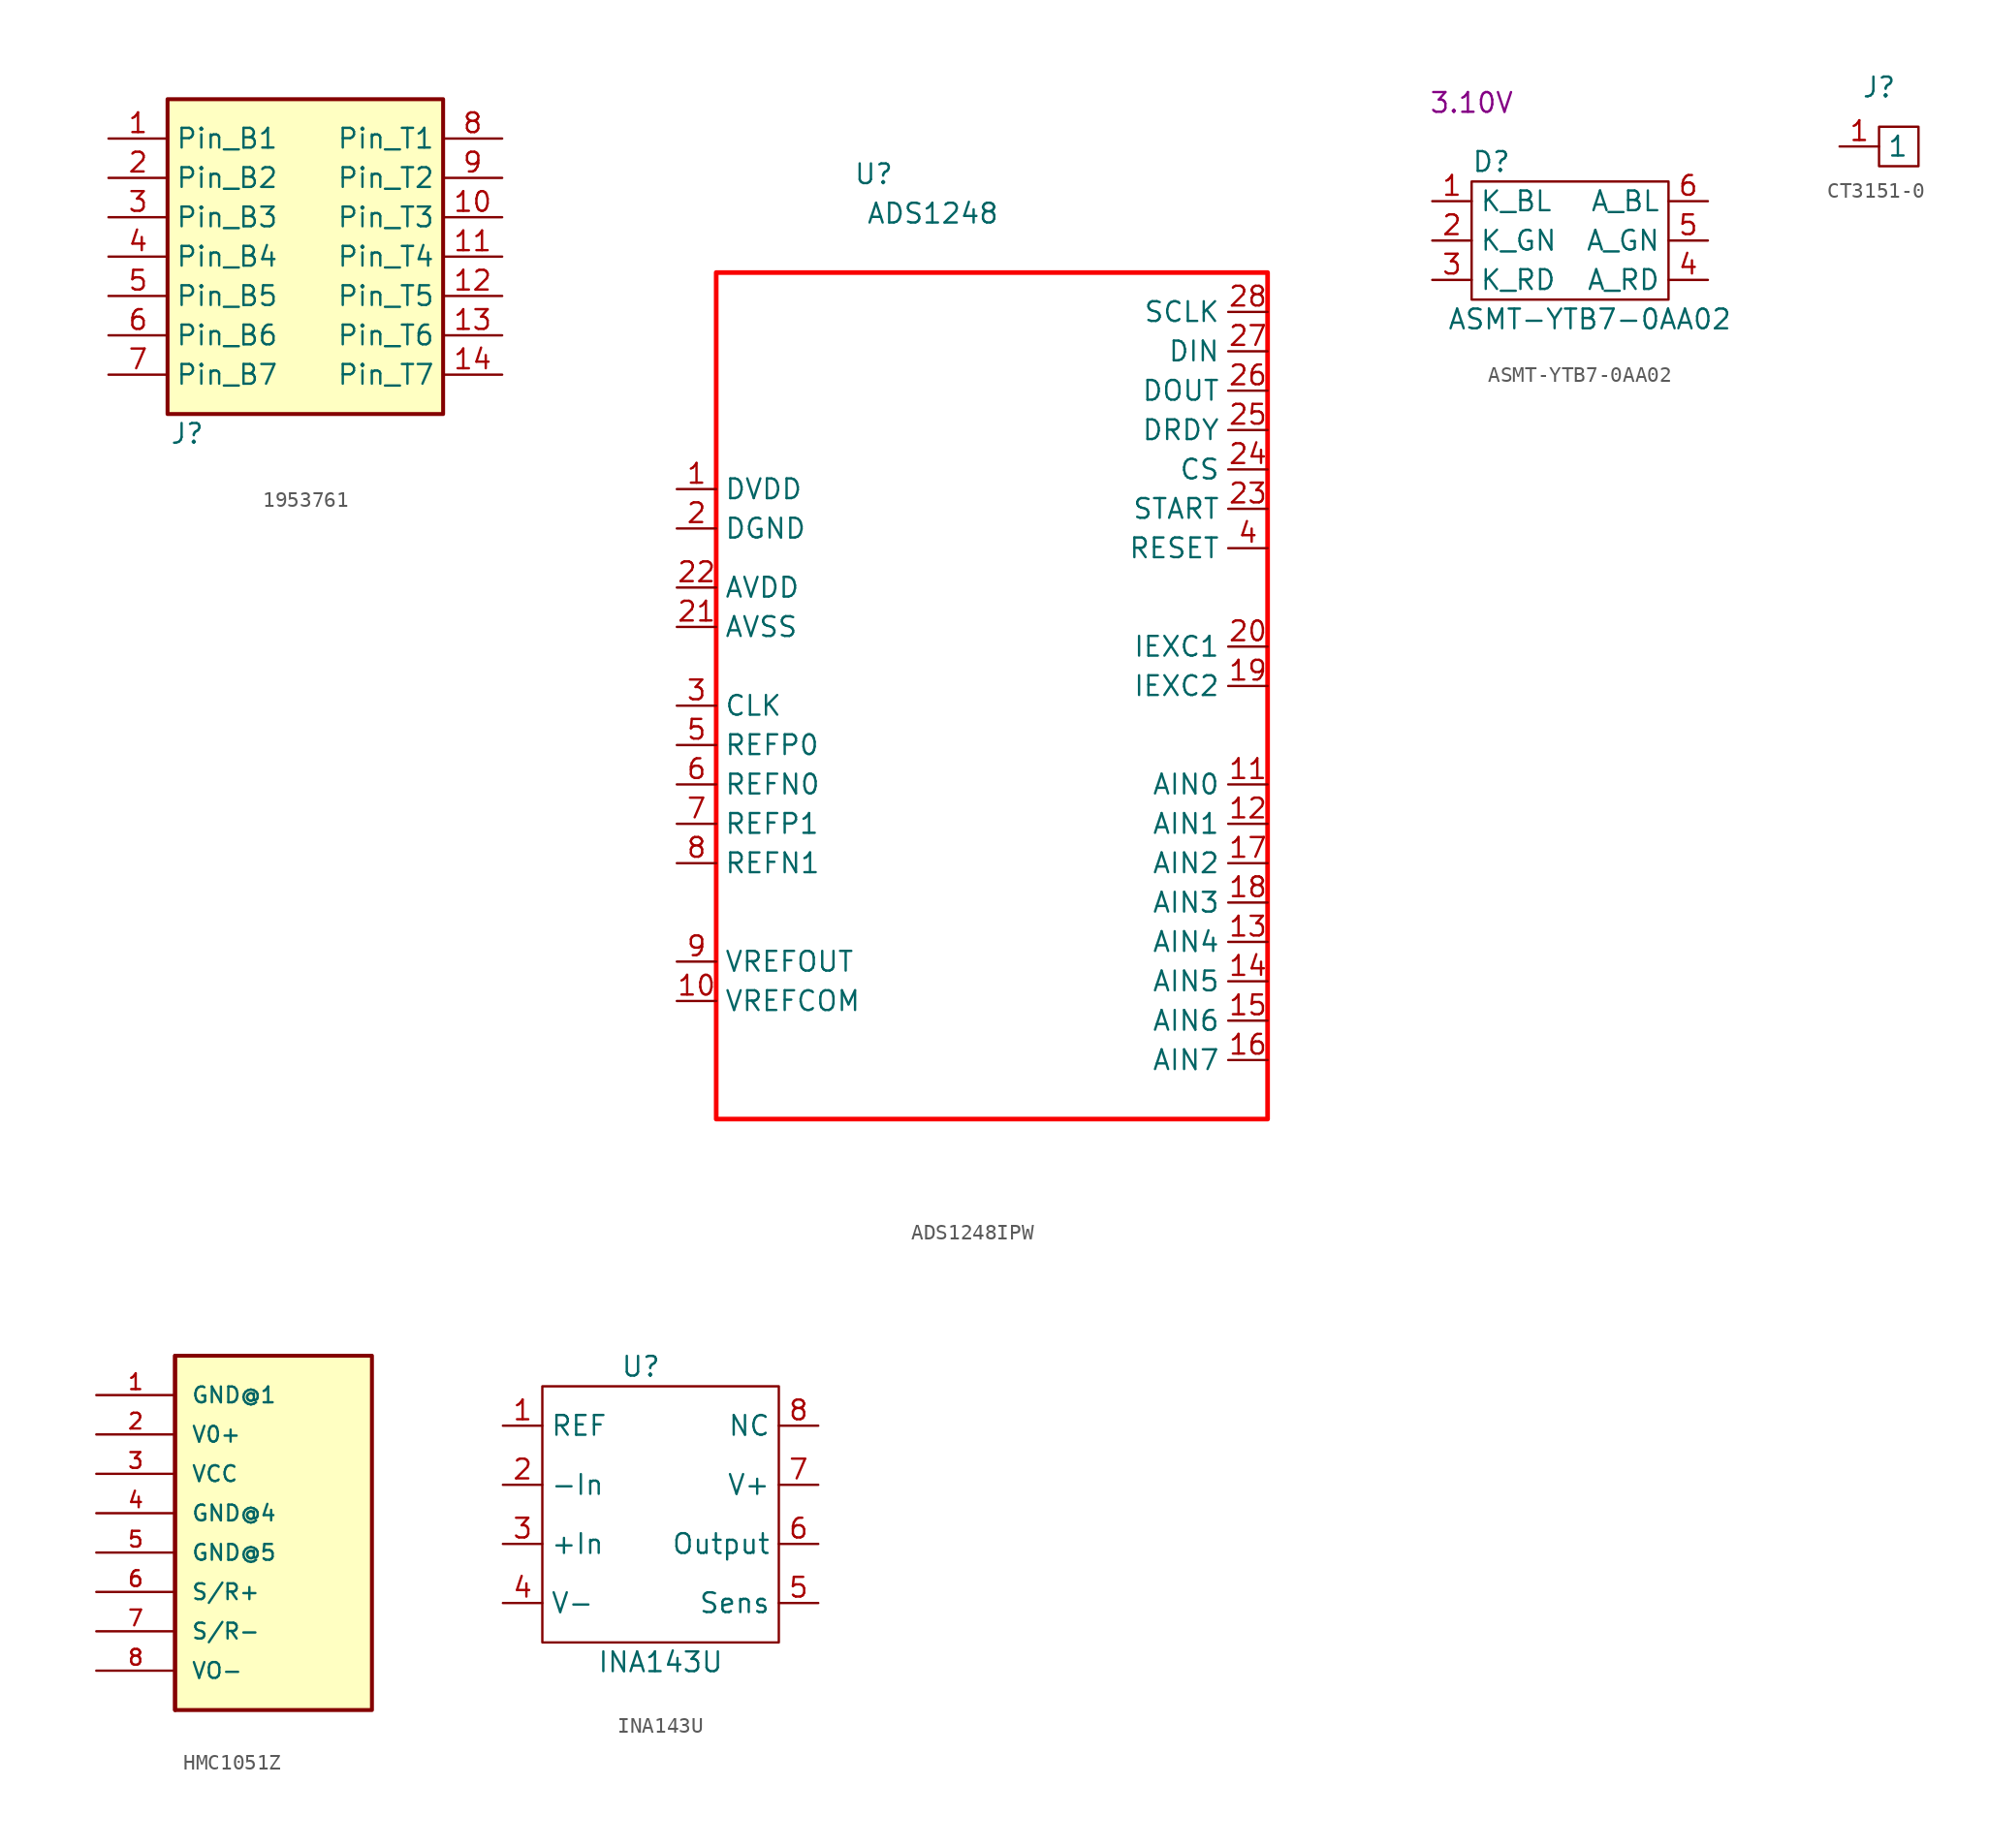
<source format=kicad_sym>
(kicad_symbol_lib
  (version 20220914)
  (generator kicad_symbol_editor)
  (symbol "1953761"
    (property "Reference" "J"
      (at 1.27 -19.05 0)
      (effects (font (size 1.27 1.27))))
    (property "Value" ""
      (at 0 0 0)
      (effects (font (size 1.27 1.27))))
    (symbol "1953761_1_1"
      (rectangle (start 0 2.54) (end 17.78 -17.78) (stroke (width 0.254) (type default)) (fill (type background)))
      (pin passive line (at -3.81 0 0) (length 3.81) (name "Pin_B1" (effects (font (size 1.27 1.27)))) (number "1" (effects (font (size 1.27 1.27)))))
      (pin passive line (at 21.59 -5.08 180) (length 3.81) (name "Pin_T3" (effects (font (size 1.27 1.27)))) (number "10" (effects (font (size 1.27 1.27)))))
      (pin passive line (at 21.59 -7.62 180) (length 3.81) (name "Pin_T4" (effects (font (size 1.27 1.27)))) (number "11" (effects (font (size 1.27 1.27)))))
      (pin passive line (at 21.59 -10.16 180) (length 3.81) (name "Pin_T5" (effects (font (size 1.27 1.27)))) (number "12" (effects (font (size 1.27 1.27)))))
      (pin passive line (at 21.59 -12.7 180) (length 3.81) (name "Pin_T6" (effects (font (size 1.27 1.27)))) (number "13" (effects (font (size 1.27 1.27)))))
      (pin passive line (at 21.59 -15.24 180) (length 3.81) (name "Pin_T7" (effects (font (size 1.27 1.27)))) (number "14" (effects (font (size 1.27 1.27)))))
      (pin passive line (at -3.81 -2.54 0) (length 3.81) (name "Pin_B2" (effects (font (size 1.27 1.27)))) (number "2" (effects (font (size 1.27 1.27)))))
      (pin passive line (at -3.81 -5.08 0) (length 3.81) (name "Pin_B3" (effects (font (size 1.27 1.27)))) (number "3" (effects (font (size 1.27 1.27)))))
      (pin passive line (at -3.81 -7.62 0) (length 3.81) (name "Pin_B4" (effects (font (size 1.27 1.27)))) (number "4" (effects (font (size 1.27 1.27)))))
      (pin passive line (at -3.81 -10.16 0) (length 3.81) (name "Pin_B5" (effects (font (size 1.27 1.27)))) (number "5" (effects (font (size 1.27 1.27)))))
      (pin passive line (at -3.81 -12.7 0) (length 3.81) (name "Pin_B6" (effects (font (size 1.27 1.27)))) (number "6" (effects (font (size 1.27 1.27)))))
      (pin passive line (at -3.81 -15.24 0) (length 3.81) (name "Pin_B7" (effects (font (size 1.27 1.27)))) (number "7" (effects (font (size 1.27 1.27)))))
      (pin passive line (at 21.59 0 180) (length 3.81) (name "Pin_T1" (effects (font (size 1.27 1.27)))) (number "8" (effects (font (size 1.27 1.27)))))
      (pin passive line (at 21.59 -2.54 180) (length 3.81) (name "Pin_T2" (effects (font (size 1.27 1.27)))) (number "9" (effects (font (size 1.27 1.27)))))))
  (symbol "ADS1248IPW"
    (property "Reference" "U"
      (at 10.16 15.24 0)
      (effects (font (size 1.27 1.27))))
    (property "Value" "ADS1248"
      (at 13.97 12.7 0)
      (effects (font (size 1.27 1.27))))
    (symbol "ADS1248IPW_1_1"
      (rectangle (start 0 8.89) (end 35.56 -45.72) (stroke (width 0.3) (type default) (color 249 0 0 1)) (fill (type none)))
      (pin power_in line (at -2.54 -5.08 0) (length 2.54) (name "DVDD" (effects (font (size 1.27 1.27)))) (number "1" (effects (font (size 1.27 1.27)))))
      (pin output line (at -2.54 -38.1 0) (length 2.54) (name "VREFCOM" (effects (font (size 1.27 1.27)))) (number "10" (effects (font (size 1.27 1.27)))))
      (pin input line (at 35.56 -24.13 180) (length 2.54) (name "AIN0" (effects (font (size 1.27 1.27)))) (number "11" (effects (font (size 1.27 1.27)))))
      (pin input line (at 35.56 -26.67 180) (length 2.54) (name "AIN1" (effects (font (size 1.27 1.27)))) (number "12" (effects (font (size 1.27 1.27)))))
      (pin bidirectional line (at 35.56 -34.29 180) (length 2.54) (name "AIN4" (effects (font (size 1.27 1.27)))) (number "13" (effects (font (size 1.27 1.27)))))
      (pin bidirectional line (at 35.56 -36.83 180) (length 2.54) (name "AIN5" (effects (font (size 1.27 1.27)))) (number "14" (effects (font (size 1.27 1.27)))))
      (pin bidirectional line (at 35.56 -39.37 180) (length 2.54) (name "AIN6" (effects (font (size 1.27 1.27)))) (number "15" (effects (font (size 1.27 1.27)))))
      (pin bidirectional line (at 35.56 -41.91 180) (length 2.54) (name "AIN7" (effects (font (size 1.27 1.27)))) (number "16" (effects (font (size 1.27 1.27)))))
      (pin bidirectional line (at 35.56 -29.21 180) (length 2.54) (name "AIN2" (effects (font (size 1.27 1.27)))) (number "17" (effects (font (size 1.27 1.27)))))
      (pin bidirectional line (at 35.56 -31.75 180) (length 2.54) (name "AIN3" (effects (font (size 1.27 1.27)))) (number "18" (effects (font (size 1.27 1.27)))))
      (pin output line (at 35.56 -17.78 180) (length 2.54) (name "IEXC2" (effects (font (size 1.27 1.27)))) (number "19" (effects (font (size 1.27 1.27)))))
      (pin power_out line (at -2.54 -7.62 0) (length 2.54) (name "DGND" (effects (font (size 1.27 1.27)))) (number "2" (effects (font (size 1.27 1.27)))))
      (pin output line (at 35.56 -15.24 180) (length 2.54) (name "IEXC1" (effects (font (size 1.27 1.27)))) (number "20" (effects (font (size 1.27 1.27)))))
      (pin power_out line (at -2.54 -13.97 0) (length 2.54) (name "AVSS" (effects (font (size 1.27 1.27)))) (number "21" (effects (font (size 1.27 1.27)))))
      (pin power_in line (at -2.54 -11.43 0) (length 2.54) (name "AVDD" (effects (font (size 1.27 1.27)))) (number "22" (effects (font (size 1.27 1.27)))))
      (pin input line (at 35.56 -6.35 180) (length 2.54) (name "START" (effects (font (size 1.27 1.27)))) (number "23" (effects (font (size 1.27 1.27)))))
      (pin input line (at 35.56 -3.81 180) (length 2.54) (name "CS" (effects (font (size 1.27 1.27)))) (number "24" (effects (font (size 1.27 1.27)))))
      (pin output line (at 35.56 -1.27 180) (length 2.54) (name "DRDY" (effects (font (size 1.27 1.27)))) (number "25" (effects (font (size 1.27 1.27)))))
      (pin output line (at 35.56 1.27 180) (length 2.54) (name "DOUT" (effects (font (size 1.27 1.27)))) (number "26" (effects (font (size 1.27 1.27)))))
      (pin input line (at 35.56 3.81 180) (length 2.54) (name "DIN" (effects (font (size 1.27 1.27)))) (number "27" (effects (font (size 1.27 1.27)))))
      (pin input line (at 35.56 6.35 180) (length 2.54) (name "SCLK" (effects (font (size 1.27 1.27)))) (number "28" (effects (font (size 1.27 1.27)))))
      (pin input line (at -2.54 -19.05 0) (length 2.54) (name "CLK" (effects (font (size 1.27 1.27)))) (number "3" (effects (font (size 1.27 1.27)))))
      (pin input line (at 35.56 -8.89 180) (length 2.54) (name "RESET" (effects (font (size 1.27 1.27)))) (number "4" (effects (font (size 1.27 1.27)))))
      (pin bidirectional line (at -2.54 -21.59 0) (length 2.54) (name "REFP0" (effects (font (size 1.27 1.27)))) (number "5" (effects (font (size 1.27 1.27)))))
      (pin bidirectional line (at -2.54 -24.13 0) (length 2.54) (name "REFN0" (effects (font (size 1.27 1.27)))) (number "6" (effects (font (size 1.27 1.27)))))
      (pin input line (at -2.54 -26.67 0) (length 2.54) (name "REFP1" (effects (font (size 1.27 1.27)))) (number "7" (effects (font (size 1.27 1.27)))))
      (pin input line (at -2.54 -29.21 0) (length 2.54) (name "REFN1" (effects (font (size 1.27 1.27)))) (number "8" (effects (font (size 1.27 1.27)))))
      (pin output line (at -2.54 -35.56 0) (length 2.54) (name "VREFOUT" (effects (font (size 1.27 1.27)))) (number "9" (effects (font (size 1.27 1.27)))))))
  (symbol "ASMT-YTB7-0AA02"
    (property "Reference" "D"
      (at 1.27 -3.81 0)
      (effects (font (size 1.27 1.27))))
    (property "Value" "ASMT-YTB7-0AA02"
      (at 7.62 -13.97 0)
      (effects (font (size 1.27 1.27))))
    (property "BL_Vf@20mA" "3.10V"
      (at 0 0 0)
      (effects (font (size 1.27 1.27))))
    (symbol "ASMT-YTB7-0AA02_0_1"
      (rectangle (start 0 -5.08) (end 12.7 -12.7) (stroke (width 0) (type default)) (fill (type none))))
    (symbol "ASMT-YTB7-0AA02_1_1"
      (pin input line (at -2.54 -6.35 0) (length 2.54) (name "K_BL" (effects (font (size 1.27 1.27)))) (number "1" (effects (font (size 1.27 1.27)))))
      (pin input line (at -2.54 -8.89 0) (length 2.54) (name "K_GN" (effects (font (size 1.27 1.27)))) (number "2" (effects (font (size 1.27 1.27)))))
      (pin input line (at -2.54 -11.43 0) (length 2.54) (name "K_RD" (effects (font (size 1.27 1.27)))) (number "3" (effects (font (size 1.27 1.27)))))
      (pin input line (at 15.24 -11.43 180) (length 2.54) (name "A_RD" (effects (font (size 1.27 1.27)))) (number "4" (effects (font (size 1.27 1.27)))))
      (pin input line (at 15.24 -8.89 180) (length 2.54) (name "A_GN" (effects (font (size 1.27 1.27)))) (number "5" (effects (font (size 1.27 1.27)))))
      (pin input line (at 15.24 -6.35 180) (length 2.54) (name "A_BL" (effects (font (size 1.27 1.27)))) (number "6" (effects (font (size 1.27 1.27)))))))
  (symbol "CT3151-0"
    (property "Reference" "J"
      (at 0 0 0)
      (effects (font (size 1.27 1.27))))
    (property "Value" ""
      (at 0 0 0)
      (effects (font (size 1.27 1.27))))
    (symbol "CT3151-0_0_1"
      (rectangle (start 0 -2.54) (end 2.54 -5.08) (stroke (width 0) (type default)) (fill (type none))))
    (symbol "CT3151-0_1_1"
      (pin input line (at -2.54 -3.81 0) (length 2.54) (name "1" (effects (font (size 1.27 1.27)))) (number "1" (effects (font (size 1.27 1.27)))))))
  (symbol "HMC1051Z"
    (pin_names
      (offset 1.016))
    (property "Reference" "U"
      (at 0 0 0)
      (effects (font (size 0 0)) (justify left bottom) hide))
    (symbol "HMC1051Z_0_0"
      (rectangle (start 0 -7.62) (end 12.7 15.24) (stroke (width 0.254) (type default)) (fill (type background)))
      (polyline (pts (xy 0 15.24) (xy 0 -7.62)) (stroke (width 0.254) (type default)) (fill (type none)))
      (pin bidirectional line (at -5.08 12.7 0) (length 5.08) (name "GND@1" (effects (font (size 1.016 1.016)))) (number "1" (effects (font (size 1.016 1.016)))))
      (pin bidirectional line (at -5.08 10.16 0) (length 5.08) (name "V0+" (effects (font (size 1.016 1.016)))) (number "2" (effects (font (size 1.016 1.016)))))
      (pin bidirectional line (at -5.08 7.62 0) (length 5.08) (name "VCC" (effects (font (size 1.016 1.016)))) (number "3" (effects (font (size 1.016 1.016)))))
      (pin bidirectional line (at -5.08 5.08 0) (length 5.08) (name "GND@4" (effects (font (size 1.016 1.016)))) (number "4" (effects (font (size 1.016 1.016)))))
      (pin bidirectional line (at -5.08 2.54 0) (length 5.08) (name "GND@5" (effects (font (size 1.016 1.016)))) (number "5" (effects (font (size 1.016 1.016)))))
      (pin bidirectional line (at -5.08 0 0) (length 5.08) (name "S/R+" (effects (font (size 1.016 1.016)))) (number "6" (effects (font (size 1.016 1.016)))))
      (pin bidirectional line (at -5.08 -2.54 0) (length 5.08) (name "S/R-" (effects (font (size 1.016 1.016)))) (number "7" (effects (font (size 1.016 1.016)))))
      (pin bidirectional line (at -5.08 -5.08 0) (length 5.08) (name "VO-" (effects (font (size 1.016 1.016)))) (number "8" (effects (font (size 1.016 1.016)))))))
  (symbol "INA143U"
    (property "Reference" "U"
      (at -1.27 10.16 0)
      (effects (font (size 1.27 1.27))))
    (property "Value" "INA143U"
      (at 0 -8.89 0)
      (effects (font (size 1.27 1.27))))
    (symbol "INA143U_0_1"
      (rectangle (start -7.62 8.89) (end 7.62 -7.62) (stroke (width 0) (type default)) (fill (type none))))
    (symbol "INA143U_1_1"
      (pin input line (at -10.16 6.35 0) (length 2.54) (name "REF" (effects (font (size 1.27 1.27)))) (number "1" (effects (font (size 1.27 1.27)))))
      (pin input line (at -10.16 2.54 0) (length 2.54) (name "-In" (effects (font (size 1.27 1.27)))) (number "2" (effects (font (size 1.27 1.27)))))
      (pin input line (at -10.16 -1.27 0) (length 2.54) (name "+In" (effects (font (size 1.27 1.27)))) (number "3" (effects (font (size 1.27 1.27)))))
      (pin input line (at -10.16 -5.08 0) (length 2.54) (name "V-" (effects (font (size 1.27 1.27)))) (number "4" (effects (font (size 1.27 1.27)))))
      (pin input line (at 10.16 -5.08 180) (length 2.54) (name "Sens" (effects (font (size 1.27 1.27)))) (number "5" (effects (font (size 1.27 1.27)))))
      (pin input line (at 10.16 -1.27 180) (length 2.54) (name "Output" (effects (font (size 1.27 1.27)))) (number "6" (effects (font (size 1.27 1.27)))))
      (pin input line (at 10.16 2.54 180) (length 2.54) (name "V+" (effects (font (size 1.27 1.27)))) (number "7" (effects (font (size 1.27 1.27)))))
      (pin input line (at 10.16 6.35 180) (length 2.54) (name "NC" (effects (font (size 1.27 1.27)))) (number "8" (effects (font (size 1.27 1.27))))))))
</source>
